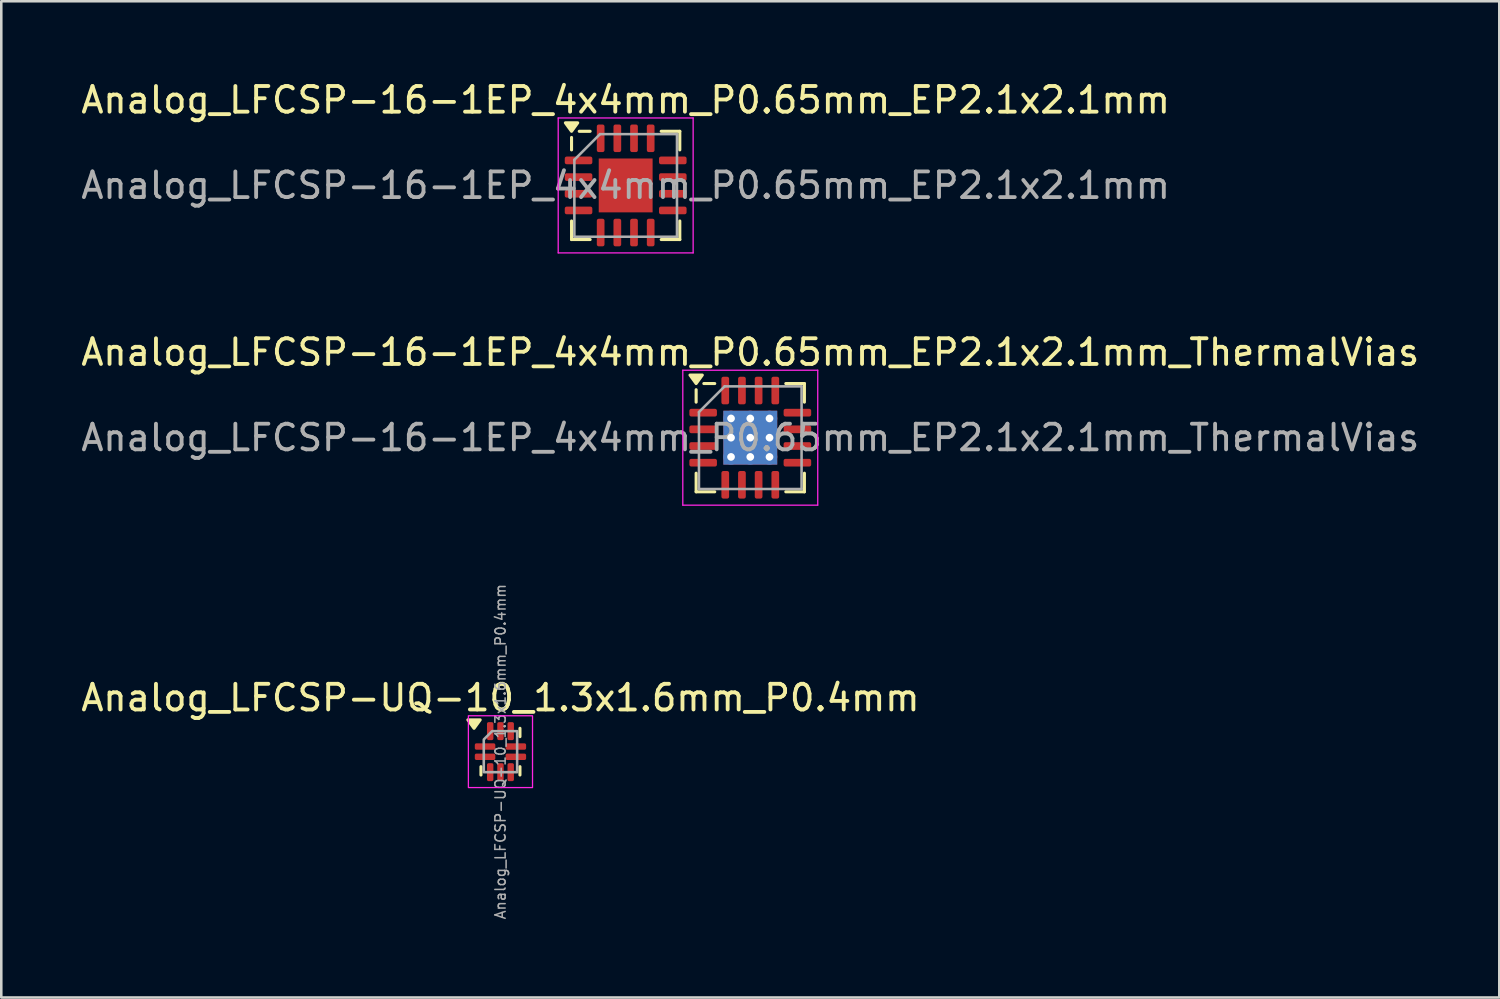
<source format=kicad_pcb>
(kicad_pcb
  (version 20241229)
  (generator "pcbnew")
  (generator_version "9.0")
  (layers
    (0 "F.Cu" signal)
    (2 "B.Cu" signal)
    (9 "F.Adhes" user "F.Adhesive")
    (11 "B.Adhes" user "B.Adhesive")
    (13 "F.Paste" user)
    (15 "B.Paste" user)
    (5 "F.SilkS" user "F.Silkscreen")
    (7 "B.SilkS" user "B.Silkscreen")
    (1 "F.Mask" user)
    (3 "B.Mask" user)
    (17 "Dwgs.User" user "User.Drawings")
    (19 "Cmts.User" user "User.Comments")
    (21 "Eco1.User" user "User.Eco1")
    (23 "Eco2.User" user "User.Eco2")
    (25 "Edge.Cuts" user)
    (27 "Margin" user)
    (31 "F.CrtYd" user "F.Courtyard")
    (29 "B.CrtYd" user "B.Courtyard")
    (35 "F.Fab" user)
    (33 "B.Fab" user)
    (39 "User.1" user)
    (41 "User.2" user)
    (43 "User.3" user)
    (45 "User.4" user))
  (footprint "Analog_LFCSP-16-1EP_4x4mm_P0.65mm_EP2.1x2.1mm_ThermalVias"
    (layer "F.Cu")
    (at 26.196 14.011)
    (property "Reference" "Analog_LFCSP-16-1EP_4x4mm_P0.65mm_EP2.1x2.1mm_ThermalVias" (at 0 -3.33 0) (layer "F.SilkS") (effects (font (size 1 1) (thickness 0.15))))
    (attr smd)
    (fp_line (start -2.11 -1.385) (end -2.11 -1.87) (stroke (width 0.12) (type solid)) (layer "F.SilkS"))
    (fp_line (start -2.11 2.11) (end -2.11 1.385) (stroke (width 0.12) (type solid)) (layer "F.SilkS"))
    (fp_line (start -1.385 -2.11) (end -1.81 -2.11) (stroke (width 0.12) (type solid)) (layer "F.SilkS"))
    (fp_line (start -1.385 2.11) (end -2.11 2.11) (stroke (width 0.12) (type solid)) (layer "F.SilkS"))
    (fp_line (start 1.385 -2.11) (end 2.11 -2.11) (stroke (width 0.12) (type solid)) (layer "F.SilkS"))
    (fp_line (start 1.385 2.11) (end 2.11 2.11) (stroke (width 0.12) (type solid)) (layer "F.SilkS"))
    (fp_line (start 2.11 -2.11) (end 2.11 -1.385) (stroke (width 0.12) (type solid)) (layer "F.SilkS"))
    (fp_line (start 2.11 2.11) (end 2.11 1.385) (stroke (width 0.12) (type solid)) (layer "F.SilkS"))
    (fp_poly (pts (xy -2.11 -2.11) (xy -2.35 -2.44) (xy -1.87 -2.44) (xy -2.11 -2.11)) (stroke (width 0.12) (type solid)) (fill yes) (layer "F.SilkS"))
    (fp_line (start -2.63 -2.63) (end -2.63 2.63) (stroke (width 0.05) (type solid)) (layer "F.CrtYd"))
    (fp_line (start -2.63 2.63) (end 2.63 2.63) (stroke (width 0.05) (type solid)) (layer "F.CrtYd"))
    (fp_line (start 2.63 -2.63) (end -2.63 -2.63) (stroke (width 0.05) (type solid)) (layer "F.CrtYd"))
    (fp_line (start 2.63 2.63) (end 2.63 -2.63) (stroke (width 0.05) (type solid)) (layer "F.CrtYd"))
    (fp_line (start -2 -1) (end -1 -2) (stroke (width 0.1) (type solid)) (layer "F.Fab"))
    (fp_line (start -2 2) (end -2 -1) (stroke (width 0.1) (type solid)) (layer "F.Fab"))
    (fp_line (start -1 -2) (end 2 -2) (stroke (width 0.1) (type solid)) (layer "F.Fab"))
    (fp_line (start 2 -2) (end 2 2) (stroke (width 0.1) (type solid)) (layer "F.Fab"))
    (fp_line (start 2 2) (end -2 2) (stroke (width 0.1) (type solid)) (layer "F.Fab"))
    (fp_text user "${REFERENCE}" (at 0 0 0) (layer "F.Fab") (effects (font (size 1 1) (thickness 0.15))))
    (pad "" smd roundrect (at -0.525 -0.525) (size 0.91 0.91) (layers "F.Paste") (roundrect_rratio 0.25))
    (pad "" smd roundrect (at -0.525 0.525) (size 0.91 0.91) (layers "F.Paste") (roundrect_rratio 0.25))
    (pad "" smd roundrect (at 0.525 -0.525) (size 0.91 0.91) (layers "F.Paste") (roundrect_rratio 0.25))
    (pad "" smd roundrect (at 0.525 0.525) (size 0.91 0.91) (layers "F.Paste") (roundrect_rratio 0.25))
    (pad "1" smd roundrect (at -1.837 -0.975) (size 1.075 0.3) (layers "F.Cu" "F.Mask" "F.Paste") (roundrect_rratio 0.25))
    (pad "2" smd roundrect (at -1.837 -0.325) (size 1.075 0.3) (layers "F.Cu" "F.Mask" "F.Paste") (roundrect_rratio 0.25))
    (pad "3" smd roundrect (at -1.837 0.325) (size 1.075 0.3) (layers "F.Cu" "F.Mask" "F.Paste") (roundrect_rratio 0.25))
    (pad "4" smd roundrect (at -1.837 0.975) (size 1.075 0.3) (layers "F.Cu" "F.Mask" "F.Paste") (roundrect_rratio 0.25))
    (pad "5" smd roundrect (at -0.975 1.837) (size 0.3 1.075) (layers "F.Cu" "F.Mask" "F.Paste") (roundrect_rratio 0.25))
    (pad "6" smd roundrect (at -0.325 1.837) (size 0.3 1.075) (layers "F.Cu" "F.Mask" "F.Paste") (roundrect_rratio 0.25))
    (pad "7" smd roundrect (at 0.325 1.837) (size 0.3 1.075) (layers "F.Cu" "F.Mask" "F.Paste") (roundrect_rratio 0.25))
    (pad "8" smd roundrect (at 0.975 1.837) (size 0.3 1.075) (layers "F.Cu" "F.Mask" "F.Paste") (roundrect_rratio 0.25))
    (pad "9" smd roundrect (at 1.837 0.975) (size 1.075 0.3) (layers "F.Cu" "F.Mask" "F.Paste") (roundrect_rratio 0.25))
    (pad "10" smd roundrect (at 1.837 0.325) (size 1.075 0.3) (layers "F.Cu" "F.Mask" "F.Paste") (roundrect_rratio 0.25))
    (pad "11" smd roundrect (at 1.837 -0.325) (size 1.075 0.3) (layers "F.Cu" "F.Mask" "F.Paste") (roundrect_rratio 0.25))
    (pad "12" smd roundrect (at 1.837 -0.975) (size 1.075 0.3) (layers "F.Cu" "F.Mask" "F.Paste") (roundrect_rratio 0.25))
    (pad "13" smd roundrect (at 0.975 -1.837) (size 0.3 1.075) (layers "F.Cu" "F.Mask" "F.Paste") (roundrect_rratio 0.25))
    (pad "14" smd roundrect (at 0.325 -1.837) (size 0.3 1.075) (layers "F.Cu" "F.Mask" "F.Paste") (roundrect_rratio 0.25))
    (pad "15" smd roundrect (at -0.325 -1.837) (size 0.3 1.075) (layers "F.Cu" "F.Mask" "F.Paste") (roundrect_rratio 0.25))
    (pad "16" smd roundrect (at -0.975 -1.837) (size 0.3 1.075) (layers "F.Cu" "F.Mask" "F.Paste") (roundrect_rratio 0.25))
    (pad "17" thru_hole circle (at -0.75 -0.75) (size 0.6 0.6) (drill 0.3) (property pad_prop_heatsink) (layers "*.Cu"))
    (pad "17" thru_hole circle (at -0.75 0) (size 0.6 0.6) (drill 0.3) (property pad_prop_heatsink) (layers "*.Cu"))
    (pad "17" thru_hole circle (at -0.75 0.75) (size 0.6 0.6) (drill 0.3) (property pad_prop_heatsink) (layers "*.Cu"))
    (pad "17" thru_hole circle (at 0 -0.75) (size 0.6 0.6) (drill 0.3) (property pad_prop_heatsink) (layers "*.Cu"))
    (pad "17" thru_hole circle (at 0 0) (size 0.6 0.6) (drill 0.3) (property pad_prop_heatsink) (layers "*.Cu"))
    (pad "17" smd rect (at 0 0) (size 2.1 2.1) (property pad_prop_heatsink) (layers "F.Cu" "F.Mask"))
    (pad "17" smd rect (at 0 0) (size 2.1 2.1) (property pad_prop_heatsink) (layers "B.Cu"))
    (pad "17" thru_hole circle (at 0 0.75) (size 0.6 0.6) (drill 0.3) (property pad_prop_heatsink) (layers "*.Cu"))
    (pad "17" thru_hole circle (at 0.75 -0.75) (size 0.6 0.6) (drill 0.3) (property pad_prop_heatsink) (layers "*.Cu"))
    (pad "17" thru_hole circle (at 0.75 0) (size 0.6 0.6) (drill 0.3) (property pad_prop_heatsink) (layers "*.Cu"))
    (pad "17" thru_hole circle (at 0.75 0.75) (size 0.6 0.6) (drill 0.3) (property pad_prop_heatsink) (layers "*.Cu")))
  (footprint "Analog_LFCSP-UQ-10_1.3x1.6mm_P0.4mm"
    (layer "F.Cu")
    (at 16.458 26.25)
    (property "Reference" "Analog_LFCSP-UQ-10_1.3x1.6mm_P0.4mm" (at 0 -2.1 0) (layer "F.SilkS") (effects (font (size 1 1) (thickness 0.15))))
    (attr smd)
    (fp_line (start -0.76 0.91) (end -0.76 0.585) (stroke (width 0.12) (type solid)) (layer "F.SilkS"))
    (fp_line (start 0.76 -0.91) (end 0.76 -0.585) (stroke (width 0.12) (type solid)) (layer "F.SilkS"))
    (fp_line (start 0.76 0.91) (end 0.76 0.585) (stroke (width 0.12) (type solid)) (layer "F.SilkS"))
    (fp_poly (pts (xy -1.03 -0.91) (xy -1.27 -1.24) (xy -0.79 -1.24)) (stroke (width 0.12) (type solid)) (fill yes) (layer "F.SilkS"))
    (fp_rect (start -1.25 -1.4) (end 1.25 1.4) (stroke (width 0.05) (type solid)) (fill no) (layer "F.CrtYd"))
    (fp_poly (pts (xy -0.65 -0.475) (xy -0.65 0.8) (xy 0.65 0.8) (xy 0.65 -0.8) (xy -0.325 -0.8)) (stroke (width 0.1) (type solid)) (fill no) (layer "F.Fab"))
    (fp_text user "${REFERENCE}" (at 0 0 90) (layer "F.Fab") (effects (font (size 0.4 0.4) (thickness 0.06))))
    (pad "1" smd roundrect (at -0.4 -0.8) (size 0.25 0.7) (layers "F.Cu" "F.Mask" "F.Paste") (roundrect_rratio 0.25))
    (pad "2" smd roundrect (at -0.6 -0.2) (size 0.8 0.25) (layers "F.Cu" "F.Mask" "F.Paste") (roundrect_rratio 0.25))
    (pad "3" smd roundrect (at -0.6 0.2) (size 0.8 0.25) (layers "F.Cu" "F.Mask" "F.Paste") (roundrect_rratio 0.25))
    (pad "4" smd roundrect (at -0.4 0.8) (size 0.25 0.7) (layers "F.Cu" "F.Mask" "F.Paste") (roundrect_rratio 0.25))
    (pad "5" smd roundrect (at 0 0.8) (size 0.25 0.7) (layers "F.Cu" "F.Mask" "F.Paste") (roundrect_rratio 0.25))
    (pad "6" smd roundrect (at 0.4 0.8) (size 0.25 0.7) (layers "F.Cu" "F.Mask" "F.Paste") (roundrect_rratio 0.25))
    (pad "7" smd roundrect (at 0.6 0.2) (size 0.8 0.25) (layers "F.Cu" "F.Mask" "F.Paste") (roundrect_rratio 0.25))
    (pad "8" smd roundrect (at 0.6 -0.2) (size 0.8 0.25) (layers "F.Cu" "F.Mask" "F.Paste") (roundrect_rratio 0.25))
    (pad "9" smd roundrect (at 0.4 -0.8) (size 0.25 0.7) (layers "F.Cu" "F.Mask" "F.Paste") (roundrect_rratio 0.25))
    (pad "10" smd roundrect (at 0 -0.8) (size 0.25 0.7) (layers "F.Cu" "F.Mask" "F.Paste") (roundrect_rratio 0.25)))
  (footprint "Analog_LFCSP-16-1EP_4x4mm_P0.65mm_EP2.1x2.1mm"
    (layer "F.Cu")
    (at 21.339 4.178)
    (property "Reference" "Analog_LFCSP-16-1EP_4x4mm_P0.65mm_EP2.1x2.1mm" (at 0 -3.33 0) (layer "F.SilkS") (effects (font (size 1 1) (thickness 0.15))))
    (attr smd)
    (fp_line (start -2.11 -1.385) (end -2.11 -1.87) (stroke (width 0.12) (type solid)) (layer "F.SilkS"))
    (fp_line (start -2.11 2.11) (end -2.11 1.385) (stroke (width 0.12) (type solid)) (layer "F.SilkS"))
    (fp_line (start -1.385 -2.11) (end -1.81 -2.11) (stroke (width 0.12) (type solid)) (layer "F.SilkS"))
    (fp_line (start -1.385 2.11) (end -2.11 2.11) (stroke (width 0.12) (type solid)) (layer "F.SilkS"))
    (fp_line (start 1.385 -2.11) (end 2.11 -2.11) (stroke (width 0.12) (type solid)) (layer "F.SilkS"))
    (fp_line (start 1.385 2.11) (end 2.11 2.11) (stroke (width 0.12) (type solid)) (layer "F.SilkS"))
    (fp_line (start 2.11 -2.11) (end 2.11 -1.385) (stroke (width 0.12) (type solid)) (layer "F.SilkS"))
    (fp_line (start 2.11 2.11) (end 2.11 1.385) (stroke (width 0.12) (type solid)) (layer "F.SilkS"))
    (fp_poly (pts (xy -2.11 -2.11) (xy -2.35 -2.44) (xy -1.87 -2.44) (xy -2.11 -2.11)) (stroke (width 0.12) (type solid)) (fill yes) (layer "F.SilkS"))
    (fp_line (start -2.63 -2.63) (end -2.63 2.63) (stroke (width 0.05) (type solid)) (layer "F.CrtYd"))
    (fp_line (start -2.63 2.63) (end 2.63 2.63) (stroke (width 0.05) (type solid)) (layer "F.CrtYd"))
    (fp_line (start 2.63 -2.63) (end -2.63 -2.63) (stroke (width 0.05) (type solid)) (layer "F.CrtYd"))
    (fp_line (start 2.63 2.63) (end 2.63 -2.63) (stroke (width 0.05) (type solid)) (layer "F.CrtYd"))
    (fp_line (start -2 -1) (end -1 -2) (stroke (width 0.1) (type solid)) (layer "F.Fab"))
    (fp_line (start -2 2) (end -2 -1) (stroke (width 0.1) (type solid)) (layer "F.Fab"))
    (fp_line (start -1 -2) (end 2 -2) (stroke (width 0.1) (type solid)) (layer "F.Fab"))
    (fp_line (start 2 -2) (end 2 2) (stroke (width 0.1) (type solid)) (layer "F.Fab"))
    (fp_line (start 2 2) (end -2 2) (stroke (width 0.1) (type solid)) (layer "F.Fab"))
    (fp_text user "${REFERENCE}" (at 0 0 0) (layer "F.Fab") (effects (font (size 1 1) (thickness 0.15))))
    (pad "" smd roundrect (at -0.525 -0.525) (size 0.85 0.85) (layers "F.Paste") (roundrect_rratio 0.25))
    (pad "" smd roundrect (at -0.525 0.525) (size 0.85 0.85) (layers "F.Paste") (roundrect_rratio 0.25))
    (pad "" smd roundrect (at 0.525 -0.525) (size 0.85 0.85) (layers "F.Paste") (roundrect_rratio 0.25))
    (pad "" smd roundrect (at 0.525 0.525) (size 0.85 0.85) (layers "F.Paste") (roundrect_rratio 0.25))
    (pad "1" smd roundrect (at -1.837 -0.975) (size 1.075 0.3) (layers "F.Cu" "F.Mask" "F.Paste") (roundrect_rratio 0.25))
    (pad "2" smd roundrect (at -1.837 -0.325) (size 1.075 0.3) (layers "F.Cu" "F.Mask" "F.Paste") (roundrect_rratio 0.25))
    (pad "3" smd roundrect (at -1.837 0.325) (size 1.075 0.3) (layers "F.Cu" "F.Mask" "F.Paste") (roundrect_rratio 0.25))
    (pad "4" smd roundrect (at -1.837 0.975) (size 1.075 0.3) (layers "F.Cu" "F.Mask" "F.Paste") (roundrect_rratio 0.25))
    (pad "5" smd roundrect (at -0.975 1.837) (size 0.3 1.075) (layers "F.Cu" "F.Mask" "F.Paste") (roundrect_rratio 0.25))
    (pad "6" smd roundrect (at -0.325 1.837) (size 0.3 1.075) (layers "F.Cu" "F.Mask" "F.Paste") (roundrect_rratio 0.25))
    (pad "7" smd roundrect (at 0.325 1.837) (size 0.3 1.075) (layers "F.Cu" "F.Mask" "F.Paste") (roundrect_rratio 0.25))
    (pad "8" smd roundrect (at 0.975 1.837) (size 0.3 1.075) (layers "F.Cu" "F.Mask" "F.Paste") (roundrect_rratio 0.25))
    (pad "9" smd roundrect (at 1.837 0.975) (size 1.075 0.3) (layers "F.Cu" "F.Mask" "F.Paste") (roundrect_rratio 0.25))
    (pad "10" smd roundrect (at 1.837 0.325) (size 1.075 0.3) (layers "F.Cu" "F.Mask" "F.Paste") (roundrect_rratio 0.25))
    (pad "11" smd roundrect (at 1.837 -0.325) (size 1.075 0.3) (layers "F.Cu" "F.Mask" "F.Paste") (roundrect_rratio 0.25))
    (pad "12" smd roundrect (at 1.837 -0.975) (size 1.075 0.3) (layers "F.Cu" "F.Mask" "F.Paste") (roundrect_rratio 0.25))
    (pad "13" smd roundrect (at 0.975 -1.837) (size 0.3 1.075) (layers "F.Cu" "F.Mask" "F.Paste") (roundrect_rratio 0.25))
    (pad "14" smd roundrect (at 0.325 -1.837) (size 0.3 1.075) (layers "F.Cu" "F.Mask" "F.Paste") (roundrect_rratio 0.25))
    (pad "15" smd roundrect (at -0.325 -1.837) (size 0.3 1.075) (layers "F.Cu" "F.Mask" "F.Paste") (roundrect_rratio 0.25))
    (pad "16" smd roundrect (at -0.975 -1.837) (size 0.3 1.075) (layers "F.Cu" "F.Mask" "F.Paste") (roundrect_rratio 0.25))
    (pad "17" smd rect (at 0 0) (size 2.1 2.1) (property pad_prop_heatsink) (layers "F.Cu" "F.Mask")))
  (gr_rect
    (start -3 -3)
    (end 55.393 35.833)
    (stroke (width 0.1) (type default))
    (fill no)
    (layer "Edge.Cuts")))
</source>
